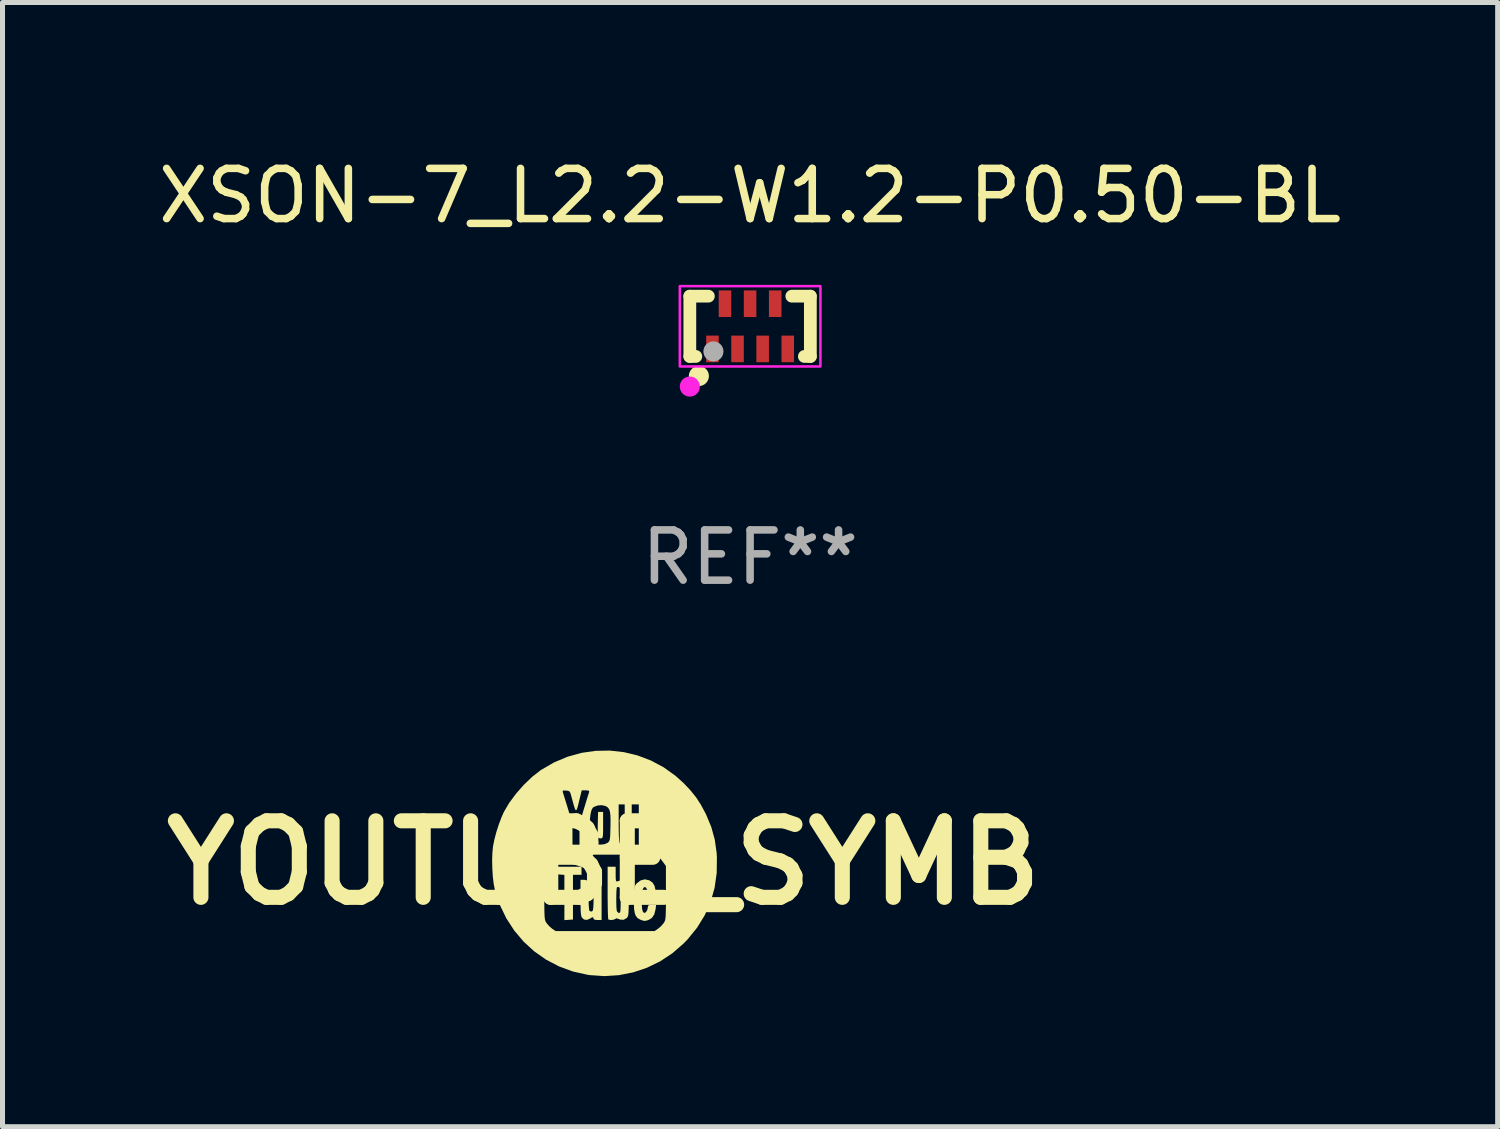
<source format=kicad_pcb>
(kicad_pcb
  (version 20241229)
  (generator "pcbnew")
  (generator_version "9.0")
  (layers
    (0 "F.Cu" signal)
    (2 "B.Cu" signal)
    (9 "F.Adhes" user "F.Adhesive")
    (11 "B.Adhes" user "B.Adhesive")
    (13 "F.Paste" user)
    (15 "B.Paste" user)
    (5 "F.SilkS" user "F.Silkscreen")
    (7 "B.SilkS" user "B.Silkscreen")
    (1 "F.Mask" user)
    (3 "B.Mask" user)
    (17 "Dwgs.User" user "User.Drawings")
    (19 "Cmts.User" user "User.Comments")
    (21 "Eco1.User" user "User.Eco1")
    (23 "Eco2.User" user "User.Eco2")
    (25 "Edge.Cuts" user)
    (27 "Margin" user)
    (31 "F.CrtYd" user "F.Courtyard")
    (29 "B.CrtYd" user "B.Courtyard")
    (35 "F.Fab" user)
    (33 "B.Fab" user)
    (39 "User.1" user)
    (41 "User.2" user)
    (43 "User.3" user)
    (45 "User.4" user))
  (footprint "YOUTUBE_SYMB"
    (layer "F.Cu")
    (at 8.97 14.13)
    (property "Reference" "YOUTUBE_SYMB" (at 0 0 0) (layer "F.SilkS") (effects (font (size 1.524 1.524) (thickness 0.3))))
    (attr board_only exclude_from_pos_files exclude_from_bom)
    (fp_poly (pts (xy -0.44 0.24) (xy -0.525 0.24) (xy -0.61 0.24) (xy -0.61 1.131) (xy -0.781 1.143) (xy -0.781 0.242) (xy -0.866 0.236) (xy -0.919 0.23) (xy -0.945 0.215) (xy -0.955 0.181) (xy -0.957 0.155) (xy -0.963 0.08) (xy -0.44 0.08)) (stroke (width 0) (type solid)) (fill yes) (layer "F.SilkS"))
    (fp_poly (pts (xy -0.01 -0.751) (xy -0.01 -0.644) (xy -0.012 -0.572) (xy -0.016 -0.526) (xy -0.023 -0.501) (xy -0.035 -0.489) (xy -0.053 -0.484) (xy -0.055 -0.484) (xy -0.095 -0.489) (xy -0.111 -0.505) (xy -0.115 -0.535) (xy -0.117 -0.596) (xy -0.117 -0.679) (xy -0.116 -0.772) (xy -0.11 -1.011) (xy -0.01 -1.011)) (stroke (width 0) (type solid)) (fill yes) (layer "F.SilkS"))
    (fp_poly (pts (xy -0.37 0.341) (xy -0.339 0.349) (xy -0.32 0.368) (xy -0.308 0.405) (xy -0.302 0.467) (xy -0.3 0.558) (xy -0.3 0.648) (xy -0.299 0.752) (xy -0.296 0.842) (xy -0.291 0.911) (xy -0.285 0.951) (xy -0.283 0.956) (xy -0.254 0.972) (xy -0.234 0.969) (xy -0.221 0.96) (xy -0.212 0.94) (xy -0.206 0.902) (xy -0.202 0.842) (xy -0.2 0.753) (xy -0.2 0.648) (xy -0.2 0.34) (xy -0.04 0.34) (xy -0.04 1.141) (xy -0.12 1.141) (xy -0.176 1.136) (xy -0.199 1.12) (xy -0.2 1.111) (xy -0.209 1.085) (xy -0.236 1.09) (xy -0.269 1.112) (xy -0.33 1.138) (xy -0.389 1.131) (xy -0.429 1.096) (xy -0.441 1.073) (xy -0.449 1.036) (xy -0.455 0.981) (xy -0.458 0.901) (xy -0.46 0.791) (xy -0.46 0.696) (xy -0.46 0.34) (xy -0.412 0.34)) (stroke (width 0) (type solid)) (fill yes) (layer "F.SilkS"))
    (fp_poly (pts (xy 0.906 0.349) (xy 0.916 0.354) (xy 0.975 0.396) (xy 1.013 0.458) (xy 1.034 0.547) (xy 1.04 0.646) (xy 1.041 0.761) (xy 0.761 0.761) (xy 0.761 0.836) (xy 0.767 0.923) (xy 0.784 0.979) (xy 0.81 1.001) (xy 0.812 1.001) (xy 0.844 0.983) (xy 0.87 0.94) (xy 0.881 0.885) (xy 0.881 0.882) (xy 0.887 0.855) (xy 0.912 0.843) (xy 0.963 0.841) (xy 1.046 0.841) (xy 1.034 0.931) (xy 1.007 1.033) (xy 0.959 1.102) (xy 0.896 1.139) (xy 0.841 1.156) (xy 0.799 1.157) (xy 0.749 1.141) (xy 0.725 1.131) (xy 0.676 1.102) (xy 0.641 1.059) (xy 0.619 0.998) (xy 0.606 0.912) (xy 0.603 0.795) (xy 0.604 0.709) (xy 0.607 0.605) (xy 0.61 0.563) (xy 0.762 0.563) (xy 0.766 0.601) (xy 0.804 0.619) (xy 0.821 0.62) (xy 0.865 0.614) (xy 0.88 0.589) (xy 0.881 0.584) (xy 0.869 0.54) (xy 0.851 0.509) (xy 0.827 0.482) (xy 0.809 0.487) (xy 0.791 0.509) (xy 0.762 0.563) (xy 0.61 0.563) (xy 0.612 0.532) (xy 0.619 0.484) (xy 0.63 0.451) (xy 0.647 0.426) (xy 0.658 0.412) (xy 0.737 0.352) (xy 0.82 0.331)) (stroke (width 0) (type solid)) (fill yes) (layer "F.SilkS"))
    (fp_poly (pts (xy 0.24 0.232) (xy 0.241 0.309) (xy 0.245 0.353) (xy 0.254 0.372) (xy 0.269 0.372) (xy 0.275 0.37) (xy 0.36 0.346) (xy 0.426 0.355) (xy 0.458 0.378) (xy 0.474 0.397) (xy 0.485 0.419) (xy 0.493 0.453) (xy 0.497 0.505) (xy 0.5 0.58) (xy 0.5 0.687) (xy 0.5 0.741) (xy 0.5 0.862) (xy 0.498 0.949) (xy 0.495 1.01) (xy 0.489 1.05) (xy 0.479 1.077) (xy 0.465 1.096) (xy 0.46 1.101) (xy 0.4 1.136) (xy 0.331 1.133) (xy 0.297 1.119) (xy 0.256 1.107) (xy 0.234 1.119) (xy 0.199 1.135) (xy 0.148 1.141) (xy 0.105 1.134) (xy 0.093 1.128) (xy 0.09 1.105) (xy 0.087 1.047) (xy 0.084 0.961) (xy 0.082 0.851) (xy 0.081 0.729) (xy 0.252 0.729) (xy 0.253 0.814) (xy 0.255 0.889) (xy 0.26 0.944) (xy 0.265 0.966) (xy 0.291 0.995) (xy 0.31 1.001) (xy 0.323 0.995) (xy 0.331 0.975) (xy 0.337 0.933) (xy 0.339 0.864) (xy 0.34 0.761) (xy 0.34 0.75) (xy 0.339 0.643) (xy 0.337 0.569) (xy 0.331 0.523) (xy 0.322 0.498) (xy 0.309 0.487) (xy 0.276 0.484) (xy 0.266 0.488) (xy 0.26 0.513) (xy 0.255 0.569) (xy 0.253 0.644) (xy 0.252 0.729) (xy 0.081 0.729) (xy 0.08 0.722) (xy 0.08 0.597) (xy 0.08 0.08) (xy 0.24 0.08)) (stroke (width 0) (type solid)) (fill yes) (layer "F.SilkS"))
    (fp_poly (pts (xy 0.404 -2.202) (xy 0.678 -2.136) (xy 0.943 -2.035) (xy 1.196 -1.9) (xy 1.433 -1.73) (xy 1.596 -1.583) (xy 1.731 -1.44) (xy 1.842 -1.302) (xy 1.937 -1.155) (xy 2.029 -0.984) (xy 2.041 -0.96) (xy 2.145 -0.709) (xy 2.214 -0.458) (xy 2.251 -0.194) (xy 2.256 -0.104) (xy 2.252 0.205) (xy 2.21 0.5) (xy 2.131 0.779) (xy 2.015 1.044) (xy 1.862 1.293) (xy 1.672 1.527) (xy 1.59 1.611) (xy 1.368 1.804) (xy 1.125 1.964) (xy 0.864 2.091) (xy 0.59 2.183) (xy 0.306 2.239) (xy 0.017 2.258) (xy -0.275 2.238) (xy -0.32 2.231) (xy -0.612 2.166) (xy -0.887 2.065) (xy -1.144 1.931) (xy -1.38 1.766) (xy -1.592 1.572) (xy -1.779 1.351) (xy -1.938 1.106) (xy -2.067 0.838) (xy -2.146 0.601) (xy -1.181 0.601) (xy -1.181 0.761) (xy -1.18 0.886) (xy -1.179 0.981) (xy -1.176 1.052) (xy -1.172 1.103) (xy -1.166 1.139) (xy -1.157 1.165) (xy -1.146 1.187) (xy -1.135 1.203) (xy -1.086 1.261) (xy -1.027 1.312) (xy -1.022 1.316) (xy -0.955 1.361) (xy 1.015 1.361) (xy 1.082 1.316) (xy 1.141 1.266) (xy 1.192 1.208) (xy 1.195 1.203) (xy 1.209 1.181) (xy 1.22 1.159) (xy 1.228 1.13) (xy 1.233 1.091) (xy 1.237 1.036) (xy 1.239 0.959) (xy 1.241 0.857) (xy 1.241 0.723) (xy 1.241 0.601) (xy 1.241 0.066) (xy 1.183 -0.014) (xy 1.16 -0.046) (xy 1.138 -0.073) (xy 1.114 -0.096) (xy 1.084 -0.114) (xy 1.045 -0.128) (xy 0.994 -0.139) (xy 0.927 -0.148) (xy 0.84 -0.153) (xy 0.73 -0.157) (xy 0.593 -0.159) (xy 0.427 -0.16) (xy 0.227 -0.16) (xy 0.03 -0.16) (xy -0.201 -0.16) (xy -0.396 -0.16) (xy -0.557 -0.159) (xy -0.689 -0.156) (xy -0.795 -0.152) (xy -0.879 -0.146) (xy -0.943 -0.138) (xy -0.992 -0.126) (xy -1.029 -0.111) (xy -1.058 -0.092) (xy -1.081 -0.069) (xy -1.103 -0.041) (xy -1.123 -0.014) (xy -1.181 0.066) (xy -1.181 0.601) (xy -2.146 0.601) (xy -2.163 0.549) (xy -2.164 0.547) (xy -2.188 0.427) (xy -2.206 0.28) (xy -2.216 0.118) (xy -2.22 -0.046) (xy -2.215 -0.199) (xy -2.203 -0.321) (xy -2.177 -0.455) (xy -2.137 -0.607) (xy -2.087 -0.762) (xy -2.033 -0.906) (xy -1.985 -1.013) (xy -1.879 -1.193) (xy -1.743 -1.376) (xy -1.696 -1.43) (xy -0.815 -1.43) (xy -0.813 -1.407) (xy -0.803 -1.376) (xy -0.784 -1.314) (xy -0.758 -1.23) (xy -0.727 -1.13) (xy -0.711 -1.078) (xy -0.676 -0.96) (xy -0.651 -0.87) (xy -0.635 -0.797) (xy -0.626 -0.731) (xy -0.621 -0.66) (xy -0.62 -0.574) (xy -0.62 -0.36) (xy -0.48 -0.36) (xy -0.48 -0.571) (xy -0.479 -0.655) (xy -0.476 -0.726) (xy -0.475 -0.731) (xy -0.279 -0.731) (xy -0.272 -0.587) (xy -0.251 -0.481) (xy -0.215 -0.411) (xy -0.199 -0.395) (xy -0.14 -0.369) (xy -0.062 -0.36) (xy 0.017 -0.369) (xy 0.079 -0.395) (xy 0.083 -0.399) (xy 0.102 -0.416) (xy 0.115 -0.437) (xy 0.124 -0.469) (xy 0.13 -0.519) (xy 0.133 -0.595) (xy 0.136 -0.702) (xy 0.137 -0.714) (xy 0.137 -0.785) (xy 0.3 -0.785) (xy 0.301 -0.635) (xy 0.304 -0.523) (xy 0.31 -0.445) (xy 0.317 -0.399) (xy 0.324 -0.384) (xy 0.372 -0.362) (xy 0.436 -0.369) (xy 0.502 -0.402) (xy 0.56 -0.443) (xy 0.56 -0.402) (xy 0.568 -0.373) (xy 0.597 -0.362) (xy 0.63 -0.36) (xy 0.701 -0.36) (xy 0.701 -1.161) (xy 0.56 -1.161) (xy 0.56 -0.52) (xy 0.509 -0.496) (xy 0.468 -0.483) (xy 0.445 -0.494) (xy 0.439 -0.502) (xy 0.433 -0.531) (xy 0.428 -0.592) (xy 0.423 -0.679) (xy 0.421 -0.782) (xy 0.421 -0.846) (xy 0.42 -1.161) (xy 0.3 -1.161) (xy 0.3 -0.785) (xy 0.137 -0.785) (xy 0.138 -0.848) (xy 0.135 -0.947) (xy 0.126 -1.019) (xy 0.108 -1.069) (xy 0.082 -1.102) (xy 0.045 -1.126) (xy 0.034 -1.131) (xy -0.041 -1.146) (xy -0.122 -1.139) (xy -0.192 -1.112) (xy -0.216 -1.094) (xy -0.242 -1.046) (xy -0.261 -0.965) (xy -0.274 -0.856) (xy -0.279 -0.731) (xy -0.475 -0.731) (xy -0.467 -0.792) (xy -0.451 -0.865) (xy -0.427 -0.954) (xy -0.393 -1.07) (xy -0.388 -1.086) (xy -0.355 -1.192) (xy -0.327 -1.285) (xy -0.304 -1.358) (xy -0.289 -1.404) (xy -0.285 -1.416) (xy -0.293 -1.433) (xy -0.336 -1.441) (xy -0.356 -1.441) (xy -0.436 -1.441) (xy -0.481 -1.256) (xy -0.505 -1.156) (xy -0.524 -1.087) (xy -0.54 -1.049) (xy -0.555 -1.045) (xy -0.572 -1.076) (xy -0.593 -1.141) (xy -0.621 -1.244) (xy -0.645 -1.331) (xy -0.662 -1.39) (xy -0.681 -1.421) (xy -0.711 -1.433) (xy -0.748 -1.437) (xy -0.797 -1.439) (xy -0.815 -1.43) (xy -1.696 -1.43) (xy -1.588 -1.552) (xy -1.423 -1.71) (xy -1.257 -1.84) (xy -1.245 -1.848) (xy -0.986 -1.998) (xy -0.717 -2.111) (xy -0.44 -2.188) (xy -0.159 -2.228) (xy 0.124 -2.233)) (stroke (width 0) (type solid)) (fill yes) (layer "F.SilkS")))
  (footprint "XSON-7_L2.2-W1.2-P0.50-BL"
    (layer "F.Cu")
    (at 11.887 3.448)
    (property "Reference" "XSON-7_L2.2-W1.2-P0.50-BL" (at 0 -2.6 0) (layer "F.SilkS") (effects (font (size 1 1) (thickness 0.15))))
    (attr through_hole)
    (fp_line (start -1.2 -0.6) (end -1.2 0.6) (stroke (width 0.254) (type solid)) (layer "F.SilkS"))
    (fp_line (start -1.2 -0.6) (end -0.831 -0.6) (stroke (width 0.254) (type solid)) (layer "F.SilkS"))
    (fp_line (start -1.2 0.6) (end -1.081 0.6) (stroke (width 0.254) (type solid)) (layer "F.SilkS"))
    (fp_line (start 0.831 -0.6) (end 1.2 -0.6) (stroke (width 0.254) (type solid)) (layer "F.SilkS"))
    (fp_line (start 1.081 0.6) (end 1.2 0.6) (stroke (width 0.254) (type solid)) (layer "F.SilkS"))
    (fp_line (start 1.2 0.6) (end 1.2 -0.6) (stroke (width 0.254) (type solid)) (layer "F.SilkS"))
    (fp_circle (center -1.1 0.6) (end -1.07 0.6) (stroke (width 0.06) (type solid)) (fill no) (layer "F.SilkS"))
    (fp_circle (center -1.02 0.99) (end -0.92 0.99) (stroke (width 0.2) (type solid)) (fill no) (layer "F.SilkS"))
    (fp_rect (start -1.4 -0.8) (end 1.4 0.8) (stroke (width 0.05) (type solid)) (fill no) (layer "F.CrtYd"))
    (fp_circle (center -1.2 1.2) (end -1.1 1.2) (stroke (width 0.2) (type solid)) (fill no) (layer "F.CrtYd"))
    (fp_circle (center -0.73 0.5) (end -0.63 0.5) (stroke (width 0.2) (type solid)) (fill no) (layer "F.Fab"))
    (fp_text user "REF**" (at 0 4.6 0) (layer "F.Fab") (effects (font (size 1 1) (thickness 0.15))))
    (pad "1" smd rect (at -0.75 0.45) (size 0.25 0.53) (layers "F.Cu" "F.Mask" "F.Paste"))
    (pad "2" smd rect (at -0.25 0.45) (size 0.25 0.53) (layers "F.Cu" "F.Mask" "F.Paste"))
    (pad "3" smd rect (at 0.25 0.45) (size 0.25 0.53) (layers "F.Cu" "F.Mask" "F.Paste"))
    (pad "4" smd rect (at 0.75 0.45) (size 0.25 0.53) (layers "F.Cu" "F.Mask" "F.Paste"))
    (pad "5" smd rect (at 0.5 -0.45) (size 0.25 0.53) (layers "F.Cu" "F.Mask" "F.Paste"))
    (pad "6" smd rect (at 0 -0.45) (size 0.25 0.53) (layers "F.Cu" "F.Mask" "F.Paste"))
    (pad "7" smd rect (at -0.5 -0.45) (size 0.25 0.53) (layers "F.Cu" "F.Mask" "F.Paste")))
  (gr_rect
    (start -3 -3)
    (end 26.774 19.387)
    (stroke (width 0.1) (type default))
    (fill no)
    (layer "Edge.Cuts")))
</source>
